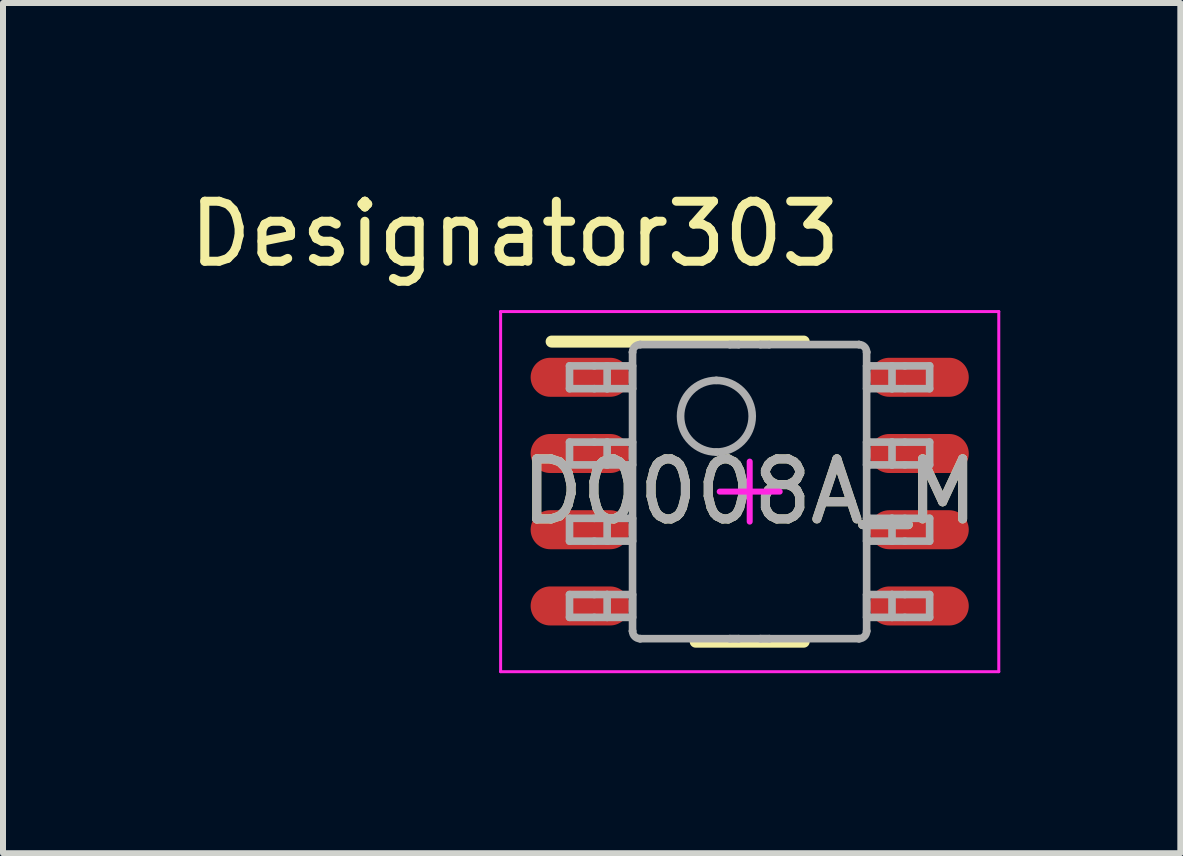
<source format=kicad_pcb>
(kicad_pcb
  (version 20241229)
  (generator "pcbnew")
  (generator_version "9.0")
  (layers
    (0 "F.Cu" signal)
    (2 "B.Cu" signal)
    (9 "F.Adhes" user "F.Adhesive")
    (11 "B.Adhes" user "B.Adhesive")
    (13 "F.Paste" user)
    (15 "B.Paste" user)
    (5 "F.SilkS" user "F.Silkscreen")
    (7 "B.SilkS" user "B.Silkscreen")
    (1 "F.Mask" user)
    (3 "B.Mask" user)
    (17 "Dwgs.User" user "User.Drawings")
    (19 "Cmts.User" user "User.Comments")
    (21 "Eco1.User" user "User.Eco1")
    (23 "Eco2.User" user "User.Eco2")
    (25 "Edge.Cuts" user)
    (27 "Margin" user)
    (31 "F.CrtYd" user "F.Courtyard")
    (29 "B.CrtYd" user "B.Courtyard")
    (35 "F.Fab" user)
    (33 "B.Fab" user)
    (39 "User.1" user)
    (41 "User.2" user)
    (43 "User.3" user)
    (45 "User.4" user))
  (footprint "D0008A_M"
    (layer "F.Cu")
    (at 9.441 5.141)
    (property "Reference" "D0008A_M" (at 0 0 0) (unlocked yes) (layer "F.SilkS") (effects (font (size 1 1) (thickness 0.15))))
    (attr smd)
    (fp_line (start -3.3 -2.5) (end 0.9 -2.5) (stroke (width 0.2) (type solid)) (layer "F.SilkS"))
    (fp_line (start -0.9 2.5) (end 0.9 2.5) (stroke (width 0.2) (type solid)) (layer "F.SilkS"))
    (fp_line (start -4.15 -3) (end 4.15 -3) (stroke (width 0.05) (type solid)) (layer "F.CrtYd"))
    (fp_line (start -4.15 3) (end -4.15 -3) (stroke (width 0.05) (type solid)) (layer "F.CrtYd"))
    (fp_line (start -4.15 3) (end 4.15 3) (stroke (width 0.05) (type solid)) (layer "F.CrtYd"))
    (fp_line (start -0.5 0) (end 0.5 0) (stroke (width 0.1) (type solid)) (layer "F.CrtYd"))
    (fp_line (start 0 0.5) (end 0 -0.5) (stroke (width 0.1) (type solid)) (layer "F.CrtYd"))
    (fp_line (start 4.15 3) (end 4.15 -3) (stroke (width 0.05) (type solid)) (layer "F.CrtYd"))
    (fp_line (start -3.002 -2.095) (end -2.589 -2.095) (stroke (width 0.127) (type solid)) (layer "F.Fab"))
    (fp_line (start -3.002 -1.715) (end -3.002 -2.095) (stroke (width 0.127) (type solid)) (layer "F.Fab"))
    (fp_line (start -3.002 -1.715) (end -2.589 -1.715) (stroke (width 0.127) (type solid)) (layer "F.Fab"))
    (fp_line (start -3.002 -0.825) (end -2.589 -0.825) (stroke (width 0.127) (type solid)) (layer "F.Fab"))
    (fp_line (start -3.002 -0.445) (end -3.002 -0.825) (stroke (width 0.127) (type solid)) (layer "F.Fab"))
    (fp_line (start -3.002 -0.445) (end -2.589 -0.445) (stroke (width 0.127) (type solid)) (layer "F.Fab"))
    (fp_line (start -3.002 0.445) (end -2.589 0.445) (stroke (width 0.127) (type solid)) (layer "F.Fab"))
    (fp_line (start -3.002 0.825) (end -3.002 0.445) (stroke (width 0.127) (type solid)) (layer "F.Fab"))
    (fp_line (start -3.002 0.825) (end -2.589 0.825) (stroke (width 0.127) (type solid)) (layer "F.Fab"))
    (fp_line (start -3.002 1.715) (end -2.589 1.715) (stroke (width 0.127) (type solid)) (layer "F.Fab"))
    (fp_line (start -3.002 2.095) (end -3.002 1.715) (stroke (width 0.127) (type solid)) (layer "F.Fab"))
    (fp_line (start -3.002 2.095) (end -2.589 2.095) (stroke (width 0.127) (type solid)) (layer "F.Fab"))
    (fp_line (start -2.589 -2.095) (end -2.375 -2.095) (stroke (width 0.127) (type solid)) (layer "F.Fab"))
    (fp_line (start -2.589 -1.715) (end -2.375 -1.715) (stroke (width 0.127) (type solid)) (layer "F.Fab"))
    (fp_line (start -2.589 -0.825) (end -2.375 -0.825) (stroke (width 0.127) (type solid)) (layer "F.Fab"))
    (fp_line (start -2.589 -0.445) (end -2.375 -0.445) (stroke (width 0.127) (type solid)) (layer "F.Fab"))
    (fp_line (start -2.589 0.445) (end -2.375 0.445) (stroke (width 0.127) (type solid)) (layer "F.Fab"))
    (fp_line (start -2.589 0.825) (end -2.375 0.825) (stroke (width 0.127) (type solid)) (layer "F.Fab"))
    (fp_line (start -2.589 1.715) (end -2.375 1.715) (stroke (width 0.127) (type solid)) (layer "F.Fab"))
    (fp_line (start -2.589 2.095) (end -2.375 2.095) (stroke (width 0.127) (type solid)) (layer "F.Fab"))
    (fp_line (start -2.375 -2.095) (end -1.995 -2.095) (stroke (width 0.127) (type solid)) (layer "F.Fab"))
    (fp_line (start -2.375 -1.715) (end -2.375 -2.095) (stroke (width 0.127) (type solid)) (layer "F.Fab"))
    (fp_line (start -2.375 -1.715) (end -1.995 -1.715) (stroke (width 0.127) (type solid)) (layer "F.Fab"))
    (fp_line (start -2.375 -0.825) (end -1.995 -0.825) (stroke (width 0.127) (type solid)) (layer "F.Fab"))
    (fp_line (start -2.375 -0.445) (end -2.375 -0.825) (stroke (width 0.127) (type solid)) (layer "F.Fab"))
    (fp_line (start -2.375 -0.445) (end -1.995 -0.445) (stroke (width 0.127) (type solid)) (layer "F.Fab"))
    (fp_line (start -2.375 0.445) (end -1.995 0.445) (stroke (width 0.127) (type solid)) (layer "F.Fab"))
    (fp_line (start -2.375 0.825) (end -2.375 0.445) (stroke (width 0.127) (type solid)) (layer "F.Fab"))
    (fp_line (start -2.375 0.825) (end -1.995 0.825) (stroke (width 0.127) (type solid)) (layer "F.Fab"))
    (fp_line (start -2.375 1.715) (end -1.995 1.715) (stroke (width 0.127) (type solid)) (layer "F.Fab"))
    (fp_line (start -2.375 2.095) (end -2.375 1.715) (stroke (width 0.127) (type solid)) (layer "F.Fab"))
    (fp_line (start -2.375 2.095) (end -1.995 2.095) (stroke (width 0.127) (type solid)) (layer "F.Fab"))
    (fp_line (start -1.995 -2.095) (end -1.952 -2.095) (stroke (width 0.127) (type solid)) (layer "F.Fab"))
    (fp_line (start -1.995 -1.715) (end -1.952 -1.715) (stroke (width 0.127) (type solid)) (layer "F.Fab"))
    (fp_line (start -1.995 -0.825) (end -1.952 -0.825) (stroke (width 0.127) (type solid)) (layer "F.Fab"))
    (fp_line (start -1.995 -0.445) (end -1.952 -0.445) (stroke (width 0.127) (type solid)) (layer "F.Fab"))
    (fp_line (start -1.995 0.445) (end -1.952 0.445) (stroke (width 0.127) (type solid)) (layer "F.Fab"))
    (fp_line (start -1.995 0.825) (end -1.952 0.825) (stroke (width 0.127) (type solid)) (layer "F.Fab"))
    (fp_line (start -1.995 1.715) (end -1.952 1.715) (stroke (width 0.127) (type solid)) (layer "F.Fab"))
    (fp_line (start -1.995 2.095) (end -1.952 2.095) (stroke (width 0.127) (type solid)) (layer "F.Fab"))
    (fp_line (start -1.952 -2.323) (end -1.952 -2.324) (stroke (width 0.127) (type solid)) (layer "F.Fab"))
    (fp_line (start -1.952 -1.715) (end -1.952 -2.095) (stroke (width 0.127) (type solid)) (layer "F.Fab"))
    (fp_line (start -1.952 -0.445) (end -1.952 -0.825) (stroke (width 0.127) (type solid)) (layer "F.Fab"))
    (fp_line (start -1.952 0.825) (end -1.952 0.445) (stroke (width 0.127) (type solid)) (layer "F.Fab"))
    (fp_line (start -1.952 2.095) (end -1.952 1.715) (stroke (width 0.127) (type solid)) (layer "F.Fab"))
    (fp_line (start -1.952 2.323) (end -1.952 -2.323) (stroke (width 0.127) (type solid)) (layer "F.Fab"))
    (fp_line (start -1.952 2.324) (end -1.952 2.323) (stroke (width 0.127) (type solid)) (layer "F.Fab"))
    (fp_line (start -1.826 -2.45) (end -1.825 -2.45) (stroke (width 0.127) (type solid)) (layer "F.Fab"))
    (fp_line (start -1.826 2.45) (end -1.825 2.45) (stroke (width 0.127) (type solid)) (layer "F.Fab"))
    (fp_line (start -1.825 -2.45) (end -0.332 -2.45) (stroke (width 0.127) (type solid)) (layer "F.Fab"))
    (fp_line (start -1.825 2.45) (end -0.332 2.45) (stroke (width 0.127) (type solid)) (layer "F.Fab"))
    (fp_line (start -0.332 -2.45) (end -0.182 -2.45) (stroke (width 0.127) (type solid)) (layer "F.Fab"))
    (fp_line (start -0.332 -2.45) (end -0.182 -2.45) (stroke (width 0.127) (type solid)) (layer "F.Fab"))
    (fp_line (start -0.332 2.45) (end -0.182 2.45) (stroke (width 0.127) (type solid)) (layer "F.Fab"))
    (fp_line (start -0.332 2.45) (end -0.182 2.45) (stroke (width 0.127) (type solid)) (layer "F.Fab"))
    (fp_line (start -0.182 -2.45) (end 0.178 -2.45) (stroke (width 0.127) (type solid)) (layer "F.Fab"))
    (fp_line (start -0.182 2.45) (end 0.178 2.45) (stroke (width 0.127) (type solid)) (layer "F.Fab"))
    (fp_line (start 0.178 -2.45) (end 0.328 -2.45) (stroke (width 0.127) (type solid)) (layer "F.Fab"))
    (fp_line (start 0.178 -2.45) (end 0.328 -2.45) (stroke (width 0.127) (type solid)) (layer "F.Fab"))
    (fp_line (start 0.178 2.45) (end 0.328 2.45) (stroke (width 0.127) (type solid)) (layer "F.Fab"))
    (fp_line (start 0.178 2.45) (end 0.328 2.45) (stroke (width 0.127) (type solid)) (layer "F.Fab"))
    (fp_line (start 0.328 -2.45) (end 1.821 -2.45) (stroke (width 0.127) (type solid)) (layer "F.Fab"))
    (fp_line (start 0.328 2.45) (end 1.821 2.45) (stroke (width 0.127) (type solid)) (layer "F.Fab"))
    (fp_line (start 1.821 -2.45) (end 1.822 -2.45) (stroke (width 0.127) (type solid)) (layer "F.Fab"))
    (fp_line (start 1.821 2.45) (end 1.822 2.45) (stroke (width 0.127) (type solid)) (layer "F.Fab"))
    (fp_line (start 1.948 -2.323) (end 1.948 -2.324) (stroke (width 0.127) (type solid)) (layer "F.Fab"))
    (fp_line (start 1.948 -2.095) (end 1.991 -2.095) (stroke (width 0.127) (type solid)) (layer "F.Fab"))
    (fp_line (start 1.948 -1.715) (end 1.948 -2.095) (stroke (width 0.127) (type solid)) (layer "F.Fab"))
    (fp_line (start 1.948 -1.715) (end 1.991 -1.715) (stroke (width 0.127) (type solid)) (layer "F.Fab"))
    (fp_line (start 1.948 -0.825) (end 1.991 -0.825) (stroke (width 0.127) (type solid)) (layer "F.Fab"))
    (fp_line (start 1.948 -0.445) (end 1.948 -0.825) (stroke (width 0.127) (type solid)) (layer "F.Fab"))
    (fp_line (start 1.948 -0.445) (end 1.991 -0.445) (stroke (width 0.127) (type solid)) (layer "F.Fab"))
    (fp_line (start 1.948 0.445) (end 1.991 0.445) (stroke (width 0.127) (type solid)) (layer "F.Fab"))
    (fp_line (start 1.948 0.825) (end 1.948 0.445) (stroke (width 0.127) (type solid)) (layer "F.Fab"))
    (fp_line (start 1.948 0.825) (end 1.991 0.825) (stroke (width 0.127) (type solid)) (layer "F.Fab"))
    (fp_line (start 1.948 1.715) (end 1.991 1.715) (stroke (width 0.127) (type solid)) (layer "F.Fab"))
    (fp_line (start 1.948 2.095) (end 1.948 1.715) (stroke (width 0.127) (type solid)) (layer "F.Fab"))
    (fp_line (start 1.948 2.095) (end 1.991 2.095) (stroke (width 0.127) (type solid)) (layer "F.Fab"))
    (fp_line (start 1.948 2.323) (end 1.948 -2.323) (stroke (width 0.127) (type solid)) (layer "F.Fab"))
    (fp_line (start 1.948 2.324) (end 1.948 2.323) (stroke (width 0.127) (type solid)) (layer "F.Fab"))
    (fp_line (start 1.991 -2.095) (end 2.371 -2.095) (stroke (width 0.127) (type solid)) (layer "F.Fab"))
    (fp_line (start 1.991 -1.715) (end 2.371 -1.715) (stroke (width 0.127) (type solid)) (layer "F.Fab"))
    (fp_line (start 1.991 -0.825) (end 2.371 -0.825) (stroke (width 0.127) (type solid)) (layer "F.Fab"))
    (fp_line (start 1.991 -0.445) (end 2.371 -0.445) (stroke (width 0.127) (type solid)) (layer "F.Fab"))
    (fp_line (start 1.991 0.445) (end 2.371 0.445) (stroke (width 0.127) (type solid)) (layer "F.Fab"))
    (fp_line (start 1.991 0.825) (end 2.371 0.825) (stroke (width 0.127) (type solid)) (layer "F.Fab"))
    (fp_line (start 1.991 1.715) (end 2.371 1.715) (stroke (width 0.127) (type solid)) (layer "F.Fab"))
    (fp_line (start 1.991 2.095) (end 2.371 2.095) (stroke (width 0.127) (type solid)) (layer "F.Fab"))
    (fp_line (start 2.371 -2.095) (end 2.585 -2.095) (stroke (width 0.127) (type solid)) (layer "F.Fab"))
    (fp_line (start 2.371 -1.715) (end 2.371 -2.095) (stroke (width 0.127) (type solid)) (layer "F.Fab"))
    (fp_line (start 2.371 -1.715) (end 2.585 -1.715) (stroke (width 0.127) (type solid)) (layer "F.Fab"))
    (fp_line (start 2.371 -0.825) (end 2.585 -0.825) (stroke (width 0.127) (type solid)) (layer "F.Fab"))
    (fp_line (start 2.371 -0.445) (end 2.371 -0.825) (stroke (width 0.127) (type solid)) (layer "F.Fab"))
    (fp_line (start 2.371 -0.445) (end 2.585 -0.445) (stroke (width 0.127) (type solid)) (layer "F.Fab"))
    (fp_line (start 2.371 0.445) (end 2.585 0.445) (stroke (width 0.127) (type solid)) (layer "F.Fab"))
    (fp_line (start 2.371 0.825) (end 2.371 0.445) (stroke (width 0.127) (type solid)) (layer "F.Fab"))
    (fp_line (start 2.371 0.825) (end 2.585 0.825) (stroke (width 0.127) (type solid)) (layer "F.Fab"))
    (fp_line (start 2.371 1.715) (end 2.585 1.715) (stroke (width 0.127) (type solid)) (layer "F.Fab"))
    (fp_line (start 2.371 2.095) (end 2.371 1.715) (stroke (width 0.127) (type solid)) (layer "F.Fab"))
    (fp_line (start 2.371 2.095) (end 2.585 2.095) (stroke (width 0.127) (type solid)) (layer "F.Fab"))
    (fp_line (start 2.585 -2.095) (end 2.998 -2.095) (stroke (width 0.127) (type solid)) (layer "F.Fab"))
    (fp_line (start 2.585 -1.715) (end 2.998 -1.715) (stroke (width 0.127) (type solid)) (layer "F.Fab"))
    (fp_line (start 2.585 -0.825) (end 2.998 -0.825) (stroke (width 0.127) (type solid)) (layer "F.Fab"))
    (fp_line (start 2.585 -0.445) (end 2.998 -0.445) (stroke (width 0.127) (type solid)) (layer "F.Fab"))
    (fp_line (start 2.585 0.445) (end 2.998 0.445) (stroke (width 0.127) (type solid)) (layer "F.Fab"))
    (fp_line (start 2.585 0.825) (end 2.998 0.825) (stroke (width 0.127) (type solid)) (layer "F.Fab"))
    (fp_line (start 2.585 1.715) (end 2.998 1.715) (stroke (width 0.127) (type solid)) (layer "F.Fab"))
    (fp_line (start 2.585 2.095) (end 2.998 2.095) (stroke (width 0.127) (type solid)) (layer "F.Fab"))
    (fp_line (start 2.998 -1.715) (end 2.998 -2.095) (stroke (width 0.127) (type solid)) (layer "F.Fab"))
    (fp_line (start 2.998 -0.445) (end 2.998 -0.825) (stroke (width 0.127) (type solid)) (layer "F.Fab"))
    (fp_line (start 2.998 0.825) (end 2.998 0.445) (stroke (width 0.127) (type solid)) (layer "F.Fab"))
    (fp_line (start 2.998 2.095) (end 2.998 1.715) (stroke (width 0.127) (type solid)) (layer "F.Fab"))
    (fp_arc (start -1.952002 -2.323941) (mid -1.914806 -2.412806) (end -1.825941 -2.450002) (stroke (width 0.127) (type solid)) (layer "F.Fab"))
    (fp_arc (start -1.825941 2.449992) (mid -1.914806 2.412795) (end -1.952002 2.323931) (stroke (width 0.127) (type solid)) (layer "F.Fab"))
    (fp_arc (start -0.555 -1.8531) (mid 0.0419 -1.2562) (end -0.555 -0.6593) (stroke (width 0.127) (type solid)) (layer "F.Fab"))
    (fp_arc (start -0.555 -0.6593) (mid -1.1519 -1.2562) (end -0.555 -1.8531) (stroke (width 0.127) (type solid)) (layer "F.Fab"))
    (fp_arc (start 1.821933 -2.450002) (mid 1.910797 -2.412806) (end 1.947994 -2.323941) (stroke (width 0.127) (type solid)) (layer "F.Fab"))
    (fp_arc (start 1.947994 2.323931) (mid 1.910797 2.412795) (end 1.821933 2.449992) (stroke (width 0.127) (type solid)) (layer "F.Fab"))
    (fp_text user "Designator303" (at -3.912 -4.293 0) (unlocked yes) (layer "F.SilkS") (effects (font (size 1 1) (thickness 0.15))))
    (fp_text user "${REFERENCE}" (at 0 0 0) (unlocked yes) (layer "F.Fab") (effects (font (size 1 1) (thickness 0.15))))
    (pad "1" smd oval (at -2.825 -1.905 90) (size 0.65 1.65) (layers "F.Cu" "F.Mask" "F.Paste"))
    (pad "2" smd oval (at -2.825 -0.635 90) (size 0.65 1.65) (layers "F.Cu" "F.Mask" "F.Paste"))
    (pad "3" smd oval (at -2.825 0.635 90) (size 0.65 1.65) (layers "F.Cu" "F.Mask" "F.Paste"))
    (pad "4" smd oval (at -2.825 1.905 90) (size 0.65 1.65) (layers "F.Cu" "F.Mask" "F.Paste"))
    (pad "5" smd oval (at 2.825 1.905 90) (size 0.65 1.65) (layers "F.Cu" "F.Mask" "F.Paste"))
    (pad "6" smd oval (at 2.825 0.635 90) (size 0.65 1.65) (layers "F.Cu" "F.Mask" "F.Paste"))
    (pad "7" smd oval (at 2.825 -0.635 90) (size 0.65 1.65) (layers "F.Cu" "F.Mask" "F.Paste"))
    (pad "8" smd oval (at 2.825 -1.905 90) (size 0.65 1.65) (layers "F.Cu" "F.Mask" "F.Paste")))
  (gr_rect
    (start -3 -3)
    (end 16.616 11.166)
    (stroke (width 0.1) (type default))
    (fill no)
    (layer "Edge.Cuts")))
</source>
